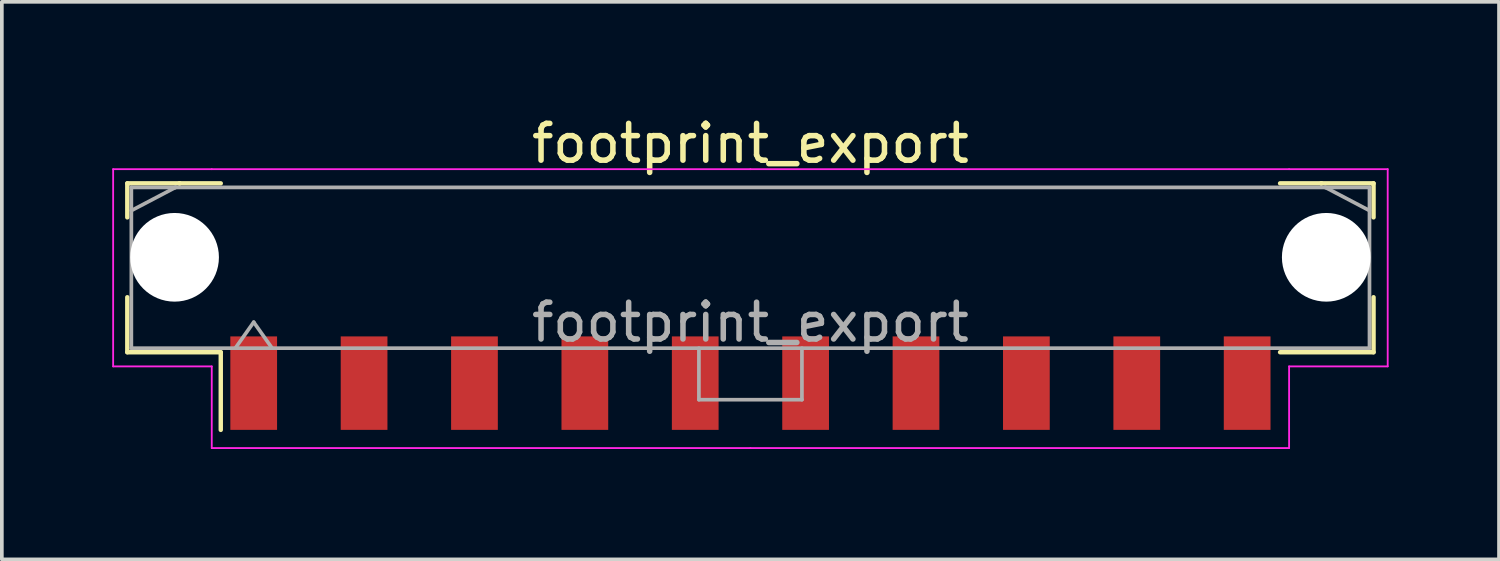
<source format=kicad_pcb>
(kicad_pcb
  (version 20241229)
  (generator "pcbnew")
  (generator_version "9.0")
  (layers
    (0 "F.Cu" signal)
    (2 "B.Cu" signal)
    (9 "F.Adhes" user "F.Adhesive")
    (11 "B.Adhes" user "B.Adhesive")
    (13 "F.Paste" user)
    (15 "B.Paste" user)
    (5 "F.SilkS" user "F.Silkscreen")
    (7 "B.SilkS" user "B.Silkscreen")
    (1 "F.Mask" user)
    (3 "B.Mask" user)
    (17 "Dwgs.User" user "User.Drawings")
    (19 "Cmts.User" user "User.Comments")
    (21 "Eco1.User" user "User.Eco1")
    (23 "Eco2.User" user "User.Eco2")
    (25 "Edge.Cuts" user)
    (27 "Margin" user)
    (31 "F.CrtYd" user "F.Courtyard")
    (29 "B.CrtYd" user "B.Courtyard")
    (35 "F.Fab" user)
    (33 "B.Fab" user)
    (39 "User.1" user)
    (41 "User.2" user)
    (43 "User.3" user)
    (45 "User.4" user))
  (footprint "footprint_export"
    (layer "F.Cu")
    (at 17.345 4.228)
    (property "Reference" "footprint_export" (at 0 -3.38 0) (layer "F.SilkS") (effects (font (size 1 1) (thickness 0.15))))
    (attr smd)
    (fp_line (start -16.935 -2.295) (end -15.515 -2.295) (stroke (width 0.12) (type solid)) (layer "F.SilkS"))
    (fp_line (start -16.935 -1.37) (end -16.935 -2.295) (stroke (width 0.12) (type solid)) (layer "F.SilkS"))
    (fp_line (start -16.935 0.8) (end -16.935 2.295) (stroke (width 0.12) (type solid)) (layer "F.SilkS"))
    (fp_line (start -16.935 2.295) (end -14.395 2.295) (stroke (width 0.12) (type solid)) (layer "F.SilkS"))
    (fp_line (start -15.515 -2.295) (end -15.515 -2.295) (stroke (width 0.12) (type solid)) (layer "F.SilkS"))
    (fp_line (start -15.515 -2.295) (end -14.395 -2.295) (stroke (width 0.12) (type solid)) (layer "F.SilkS"))
    (fp_line (start -14.395 2.295) (end -14.395 4.405) (stroke (width 0.12) (type solid)) (layer "F.SilkS"))
    (fp_line (start 15.515 -2.295) (end 14.395 -2.295) (stroke (width 0.12) (type solid)) (layer "F.SilkS"))
    (fp_line (start 15.515 -2.295) (end 15.515 -2.295) (stroke (width 0.12) (type solid)) (layer "F.SilkS"))
    (fp_line (start 16.935 -2.295) (end 15.515 -2.295) (stroke (width 0.12) (type solid)) (layer "F.SilkS"))
    (fp_line (start 16.935 -1.37) (end 16.935 -2.295) (stroke (width 0.12) (type solid)) (layer "F.SilkS"))
    (fp_line (start 16.935 0.8) (end 16.935 2.295) (stroke (width 0.12) (type solid)) (layer "F.SilkS"))
    (fp_line (start 16.935 2.295) (end 14.395 2.295) (stroke (width 0.12) (type solid)) (layer "F.SilkS"))
    (fp_line (start -17.32 -2.68) (end -17.32 2.68) (stroke (width 0.05) (type solid)) (layer "F.CrtYd"))
    (fp_line (start -17.32 2.68) (end -14.64 2.68) (stroke (width 0.05) (type solid)) (layer "F.CrtYd"))
    (fp_line (start -14.64 -2.68) (end -17.32 -2.68) (stroke (width 0.05) (type solid)) (layer "F.CrtYd"))
    (fp_line (start -14.64 2.68) (end -14.64 4.9) (stroke (width 0.05) (type solid)) (layer "F.CrtYd"))
    (fp_line (start -14.64 4.9) (end 0 4.9) (stroke (width 0.05) (type solid)) (layer "F.CrtYd"))
    (fp_line (start 0 -2.68) (end -14.64 -2.68) (stroke (width 0.05) (type solid)) (layer "F.CrtYd"))
    (fp_line (start 0 -2.68) (end 14.64 -2.68) (stroke (width 0.05) (type solid)) (layer "F.CrtYd"))
    (fp_line (start 14.64 -2.68) (end 17.32 -2.68) (stroke (width 0.05) (type solid)) (layer "F.CrtYd"))
    (fp_line (start 14.64 2.68) (end 14.64 4.9) (stroke (width 0.05) (type solid)) (layer "F.CrtYd"))
    (fp_line (start 14.64 4.9) (end 0 4.9) (stroke (width 0.05) (type solid)) (layer "F.CrtYd"))
    (fp_line (start 17.32 -2.68) (end 17.32 2.68) (stroke (width 0.05) (type solid)) (layer "F.CrtYd"))
    (fp_line (start 17.32 2.68) (end 14.64 2.68) (stroke (width 0.05) (type solid)) (layer "F.CrtYd"))
    (fp_line (start -16.825 -2.185) (end -16.825 2.185) (stroke (width 0.1) (type solid)) (layer "F.Fab"))
    (fp_line (start -16.825 -1.555) (end -15.625 -2.185) (stroke (width 0.1) (type solid)) (layer "F.Fab"))
    (fp_line (start -16.825 2.185) (end 16.825 2.185) (stroke (width 0.1) (type solid)) (layer "F.Fab"))
    (fp_line (start -15.625 -2.185) (end -16.825 -2.185) (stroke (width 0.1) (type solid)) (layer "F.Fab"))
    (fp_line (start -15.625 -2.185) (end -15.625 -2.185) (stroke (width 0.1) (type solid)) (layer "F.Fab"))
    (fp_line (start -14 2.185) (end -13.5 1.478) (stroke (width 0.1) (type solid)) (layer "F.Fab"))
    (fp_line (start -13.5 1.478) (end -13 2.185) (stroke (width 0.1) (type solid)) (layer "F.Fab"))
    (fp_line (start -1.4 2.185) (end -1.4 3.585) (stroke (width 0.1) (type solid)) (layer "F.Fab"))
    (fp_line (start -1.4 3.585) (end 1.4 3.585) (stroke (width 0.1) (type solid)) (layer "F.Fab"))
    (fp_line (start 1.4 3.585) (end 1.4 2.185) (stroke (width 0.1) (type solid)) (layer "F.Fab"))
    (fp_line (start 15.625 -2.185) (end -15.625 -2.185) (stroke (width 0.1) (type solid)) (layer "F.Fab"))
    (fp_line (start 15.625 -2.185) (end 15.625 -2.185) (stroke (width 0.1) (type solid)) (layer "F.Fab"))
    (fp_line (start 16.825 -2.185) (end 15.625 -2.185) (stroke (width 0.1) (type solid)) (layer "F.Fab"))
    (fp_line (start 16.825 -1.555) (end 15.625 -2.185) (stroke (width 0.1) (type solid)) (layer "F.Fab"))
    (fp_line (start 16.825 2.185) (end 16.825 -2.185) (stroke (width 0.1) (type solid)) (layer "F.Fab"))
    (fp_text user "${REFERENCE}" (at 0 1.48 0) (layer "F.Fab") (effects (font (size 1 1) (thickness 0.15))))
    (pad "" np_thru_hole circle (at -15.65 -0.285) (size 2.41 2.41) (drill 2.41) (layers "*.Cu" "*.Mask"))
    (pad "" np_thru_hole circle (at 15.65 -0.285) (size 2.41 2.41) (drill 2.41) (layers "*.Cu" "*.Mask"))
    (pad "1" smd rect (at -13.5 3.135) (size 1.27 2.54) (layers "F.Cu" "F.Mask" "F.Paste"))
    (pad "2" smd rect (at -10.5 3.135) (size 1.27 2.54) (layers "F.Cu" "F.Mask" "F.Paste"))
    (pad "3" smd rect (at -7.5 3.135) (size 1.27 2.54) (layers "F.Cu" "F.Mask" "F.Paste"))
    (pad "4" smd rect (at -4.5 3.135) (size 1.27 2.54) (layers "F.Cu" "F.Mask" "F.Paste"))
    (pad "5" smd rect (at -1.5 3.135) (size 1.27 2.54) (layers "F.Cu" "F.Mask" "F.Paste"))
    (pad "6" smd rect (at 1.5 3.135) (size 1.27 2.54) (layers "F.Cu" "F.Mask" "F.Paste"))
    (pad "7" smd rect (at 4.5 3.135) (size 1.27 2.54) (layers "F.Cu" "F.Mask" "F.Paste"))
    (pad "8" smd rect (at 7.5 3.135) (size 1.27 2.54) (layers "F.Cu" "F.Mask" "F.Paste"))
    (pad "9" smd rect (at 10.5 3.135) (size 1.27 2.54) (layers "F.Cu" "F.Mask" "F.Paste"))
    (pad "10" smd rect (at 13.5 3.135) (size 1.27 2.54) (layers "F.Cu" "F.Mask" "F.Paste")))
  (gr_rect
    (start -3 -3)
    (end 37.69 12.153)
    (stroke (width 0.1) (type default))
    (fill no)
    (layer "Edge.Cuts")))
</source>
